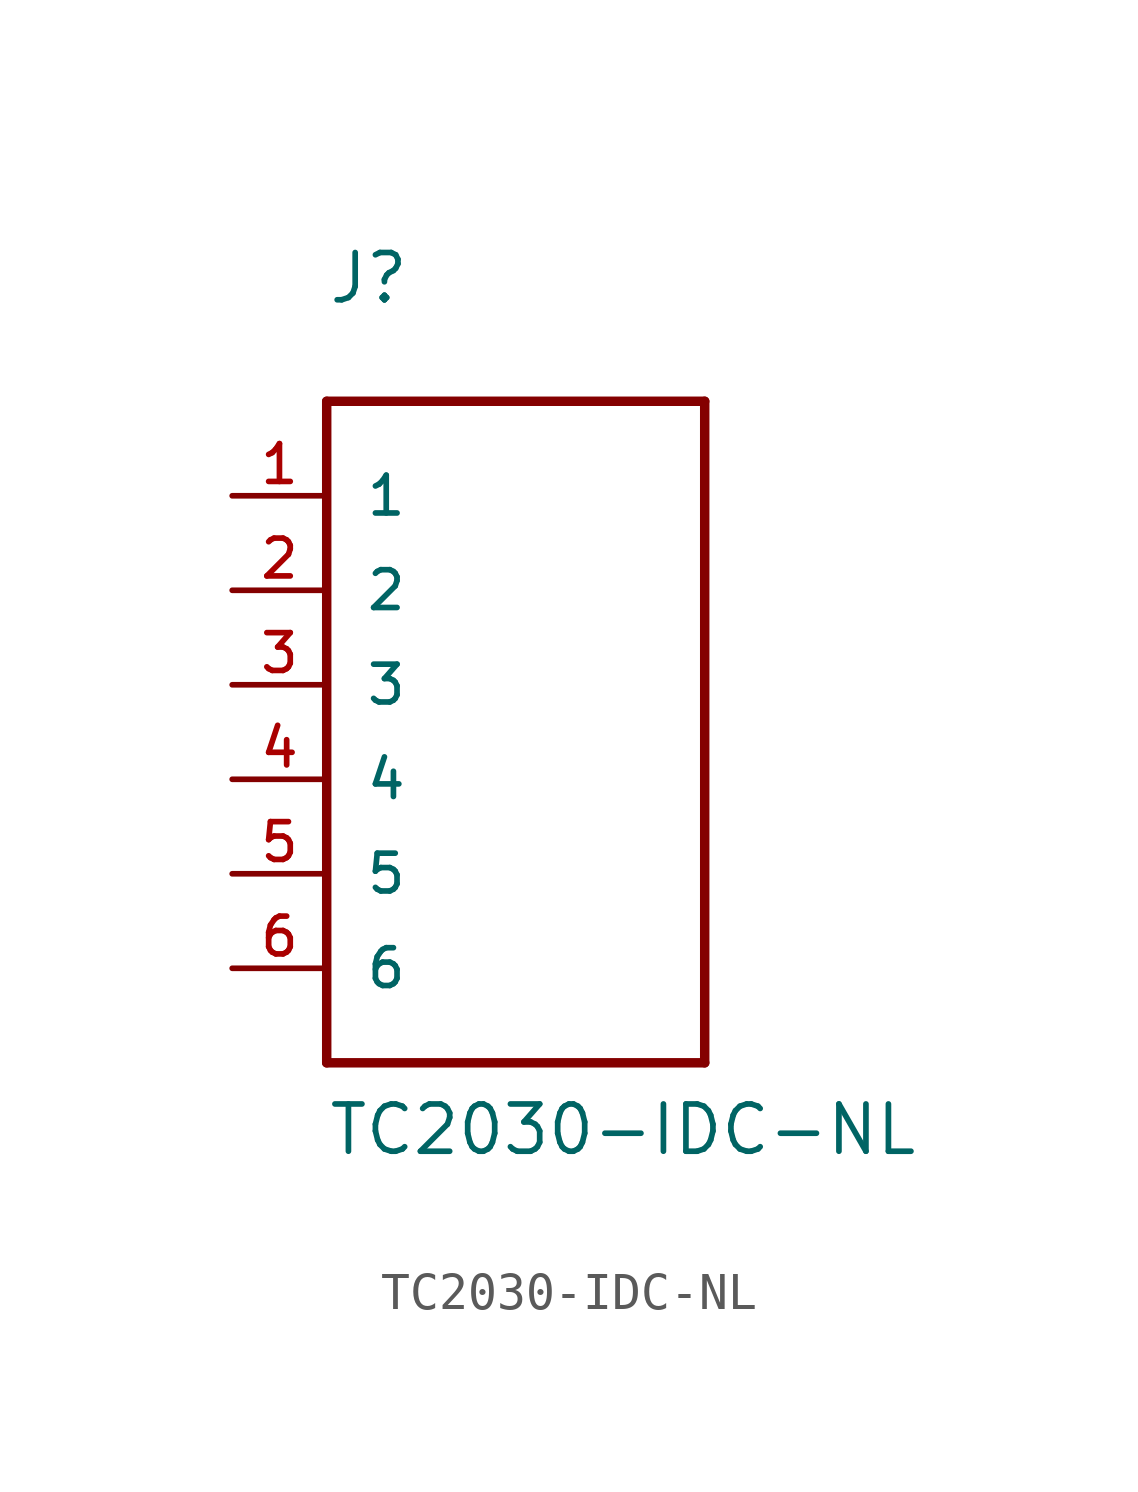
<source format=kicad_sym>
(kicad_symbol_lib
  (version 20211014)
  (generator kicad_symbol_editor)
  (symbol "TC2030-IDC-NL"
    (pin_names
      (offset 1.016))
    (property "Reference" "J"
      (at -5.08 12.725 0)
      (effects (font (size 1.27 1.27)) (justify left bottom)))
    (property "Value" "TC2030-IDC-NL"
      (at -5.08 -10.16 0)
      (effects (font (size 1.27 1.27)) (justify left bottom)))
    (property "ki_locked" ""
      (at 0 0 0)
      (effects (font (size 1.27 1.27))))
    (symbol "TC2030-IDC-NL_0_0"
      (polyline (pts (xy -5.08 -7.62) (xy 5.08 -7.62)) (stroke (width 0.254) (type default) (color 0 0 0 0)) (fill (type none)))
      (polyline (pts (xy -5.08 10.16) (xy -5.08 -7.62)) (stroke (width 0.254) (type default) (color 0 0 0 0)) (fill (type none)))
      (polyline (pts (xy 5.08 -7.62) (xy 5.08 10.16)) (stroke (width 0.254) (type default) (color 0 0 0 0)) (fill (type none)))
      (polyline (pts (xy 5.08 10.16) (xy -5.08 10.16)) (stroke (width 0.254) (type default) (color 0 0 0 0)) (fill (type none)))
      (pin passive line (at -7.62 7.62 0) (length 2.54) (name "1" (effects (font (size 1.016 1.016)))) (number "1" (effects (font (size 1.016 1.016)))))
      (pin passive line (at -7.62 5.08 0) (length 2.54) (name "2" (effects (font (size 1.016 1.016)))) (number "2" (effects (font (size 1.016 1.016)))))
      (pin passive line (at -7.62 2.54 0) (length 2.54) (name "3" (effects (font (size 1.016 1.016)))) (number "3" (effects (font (size 1.016 1.016)))))
      (pin passive line (at -7.62 0 0) (length 2.54) (name "4" (effects (font (size 1.016 1.016)))) (number "4" (effects (font (size 1.016 1.016)))))
      (pin passive line (at -7.62 -2.54 0) (length 2.54) (name "5" (effects (font (size 1.016 1.016)))) (number "5" (effects (font (size 1.016 1.016)))))
      (pin passive line (at -7.62 -5.08 0) (length 2.54) (name "6" (effects (font (size 1.016 1.016)))) (number "6" (effects (font (size 1.016 1.016))))))))
</source>
